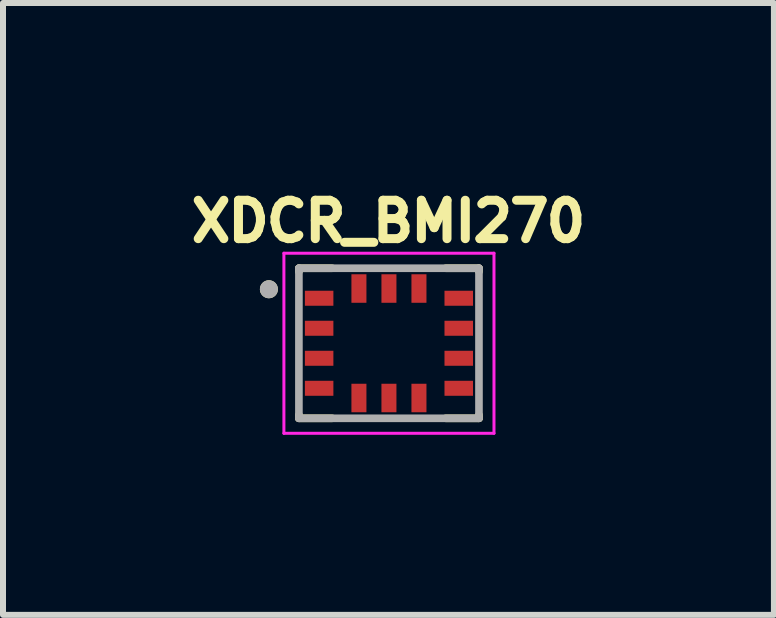
<source format=kicad_pcb>
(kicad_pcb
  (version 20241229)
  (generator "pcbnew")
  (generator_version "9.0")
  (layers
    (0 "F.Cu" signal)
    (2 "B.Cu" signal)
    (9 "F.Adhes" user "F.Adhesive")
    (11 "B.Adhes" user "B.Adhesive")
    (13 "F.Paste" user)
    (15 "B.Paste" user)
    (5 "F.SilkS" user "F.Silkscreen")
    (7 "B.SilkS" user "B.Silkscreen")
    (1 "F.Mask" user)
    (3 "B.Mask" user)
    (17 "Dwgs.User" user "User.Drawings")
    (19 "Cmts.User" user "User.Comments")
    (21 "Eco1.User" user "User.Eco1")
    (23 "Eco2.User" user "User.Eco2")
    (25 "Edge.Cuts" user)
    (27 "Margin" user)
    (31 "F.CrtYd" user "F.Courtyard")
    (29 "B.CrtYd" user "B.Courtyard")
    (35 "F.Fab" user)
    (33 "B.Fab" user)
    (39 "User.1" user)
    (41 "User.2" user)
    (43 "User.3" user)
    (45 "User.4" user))
  (footprint "XDCR_BMI270"
    (layer "F.Cu")
    (at 3.43 2.669)
    (property "Reference" "XDCR_BMI270" (at -0.008 -2.031 0) (layer "F.SilkS") (effects (font (size 0.64 0.64) (thickness 0.15))))
    (attr smd)
    (fp_line (start -1.5 -1.25) (end -1.5 -1.195) (stroke (width 0.127) (type solid)) (layer "F.SilkS"))
    (fp_line (start -1.5 -1.25) (end -0.945 -1.25) (stroke (width 0.127) (type solid)) (layer "F.SilkS"))
    (fp_line (start -1.5 1.195) (end -1.5 1.25) (stroke (width 0.127) (type solid)) (layer "F.SilkS"))
    (fp_line (start -1.5 1.25) (end -0.945 1.25) (stroke (width 0.127) (type solid)) (layer "F.SilkS"))
    (fp_line (start 0.945 -1.25) (end 1.5 -1.25) (stroke (width 0.127) (type solid)) (layer "F.SilkS"))
    (fp_line (start 0.945 1.25) (end 1.5 1.25) (stroke (width 0.127) (type solid)) (layer "F.SilkS"))
    (fp_line (start 1.5 -1.25) (end 1.5 -1.195) (stroke (width 0.127) (type solid)) (layer "F.SilkS"))
    (fp_line (start 1.5 1.195) (end 1.5 1.25) (stroke (width 0.127) (type solid)) (layer "F.SilkS"))
    (fp_circle (center -2 -0.9) (end -1.925 -0.9) (stroke (width 0.15) (type solid)) (fill no) (layer "F.SilkS"))
    (fp_line (start -1.75 -1.5) (end 1.75 -1.5) (stroke (width 0.05) (type solid)) (layer "F.CrtYd"))
    (fp_line (start -1.75 1.5) (end -1.75 -1.5) (stroke (width 0.05) (type solid)) (layer "F.CrtYd"))
    (fp_line (start 1.75 -1.5) (end 1.75 1.5) (stroke (width 0.05) (type solid)) (layer "F.CrtYd"))
    (fp_line (start 1.75 1.5) (end -1.75 1.5) (stroke (width 0.05) (type solid)) (layer "F.CrtYd"))
    (fp_line (start -1.5 -1.25) (end -1.5 1.25) (stroke (width 0.127) (type solid)) (layer "F.Fab"))
    (fp_line (start -1.5 1.25) (end 1.5 1.25) (stroke (width 0.127) (type solid)) (layer "F.Fab"))
    (fp_line (start 1.5 -1.25) (end -1.5 -1.25) (stroke (width 0.127) (type solid)) (layer "F.Fab"))
    (fp_line (start 1.5 1.25) (end 1.5 -1.25) (stroke (width 0.127) (type solid)) (layer "F.Fab"))
    (fp_circle (center -2 -0.9) (end -1.925 -0.9) (stroke (width 0.15) (type solid)) (fill no) (layer "F.Fab"))
    (pad "1" smd rect (at -1.163 -0.75) (size 0.475 0.25) (layers "F.Cu" "F.Mask" "F.Paste"))
    (pad "2" smd rect (at -1.163 -0.25) (size 0.475 0.25) (layers "F.Cu" "F.Mask" "F.Paste"))
    (pad "3" smd rect (at -1.163 0.25) (size 0.475 0.25) (layers "F.Cu" "F.Mask" "F.Paste"))
    (pad "4" smd rect (at -1.163 0.75) (size 0.475 0.25) (layers "F.Cu" "F.Mask" "F.Paste"))
    (pad "5" smd rect (at -0.5 0.912 90) (size 0.475 0.25) (layers "F.Cu" "F.Mask" "F.Paste"))
    (pad "6" smd rect (at 0 0.912 90) (size 0.475 0.25) (layers "F.Cu" "F.Mask" "F.Paste"))
    (pad "7" smd rect (at 0.5 0.912 90) (size 0.475 0.25) (layers "F.Cu" "F.Mask" "F.Paste"))
    (pad "8" smd rect (at 1.163 0.75) (size 0.475 0.25) (layers "F.Cu" "F.Mask" "F.Paste"))
    (pad "9" smd rect (at 1.163 0.25) (size 0.475 0.25) (layers "F.Cu" "F.Mask" "F.Paste"))
    (pad "10" smd rect (at 1.163 -0.25) (size 0.475 0.25) (layers "F.Cu" "F.Mask" "F.Paste"))
    (pad "11" smd rect (at 1.163 -0.75) (size 0.475 0.25) (layers "F.Cu" "F.Mask" "F.Paste"))
    (pad "12" smd rect (at 0.5 -0.912 90) (size 0.475 0.25) (layers "F.Cu" "F.Mask" "F.Paste"))
    (pad "13" smd rect (at 0 -0.912 90) (size 0.475 0.25) (layers "F.Cu" "F.Mask" "F.Paste"))
    (pad "14" smd rect (at -0.5 -0.912 90) (size 0.475 0.25) (layers "F.Cu" "F.Mask" "F.Paste")))
  (gr_rect
    (start -3 -3)
    (end 9.844 7.194)
    (stroke (width 0.1) (type default))
    (fill no)
    (layer "Edge.Cuts")))
</source>
